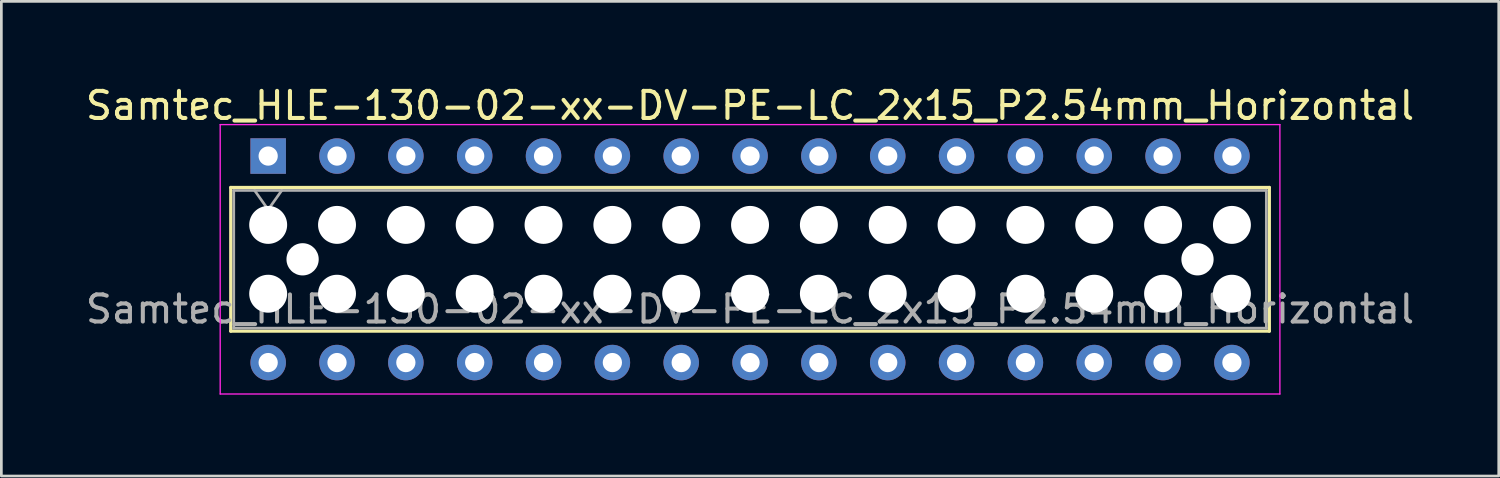
<source format=kicad_pcb>
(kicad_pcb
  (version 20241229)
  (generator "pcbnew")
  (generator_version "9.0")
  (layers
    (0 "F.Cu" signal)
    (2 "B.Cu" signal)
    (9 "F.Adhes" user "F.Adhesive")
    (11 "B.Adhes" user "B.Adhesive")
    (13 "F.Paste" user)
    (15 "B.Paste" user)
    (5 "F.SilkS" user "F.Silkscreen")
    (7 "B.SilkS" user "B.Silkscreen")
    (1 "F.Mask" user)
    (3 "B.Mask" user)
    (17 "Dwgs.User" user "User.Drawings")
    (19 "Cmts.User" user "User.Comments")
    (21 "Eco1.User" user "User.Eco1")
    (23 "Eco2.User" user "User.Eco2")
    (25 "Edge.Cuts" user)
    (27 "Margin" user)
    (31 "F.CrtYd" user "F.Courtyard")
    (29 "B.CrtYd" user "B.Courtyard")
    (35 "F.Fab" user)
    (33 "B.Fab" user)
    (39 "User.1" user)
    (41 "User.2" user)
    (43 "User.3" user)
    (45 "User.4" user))
  (footprint "Samtec_HLE-130-02-xx-DV-PE-LC_2x15_P2.54mm_Horizontal"
    (layer "F.Cu")
    (at 6.845 2.708)
    (property "Reference" "Samtec_HLE-130-02-xx-DV-PE-LC_2x15_P2.54mm_Horizontal" (at 17.78 -1.86 0) (layer "F.SilkS") (effects (font (size 1 1) (thickness 0.15))))
    (attr through_hole)
    (fp_line (start -1.38 1.16) (end 36.94 1.16) (stroke (width 0.12) (type solid)) (layer "F.SilkS"))
    (fp_line (start -1.38 6.46) (end -1.38 1.16) (stroke (width 0.12) (type solid)) (layer "F.SilkS"))
    (fp_line (start 36.94 1.16) (end 36.94 6.46) (stroke (width 0.12) (type solid)) (layer "F.SilkS"))
    (fp_line (start 36.94 6.46) (end -1.38 6.46) (stroke (width 0.12) (type solid)) (layer "F.SilkS"))
    (fp_line (start -1.77 -1.16) (end 37.33 -1.16) (stroke (width 0.05) (type solid)) (layer "F.CrtYd"))
    (fp_line (start -1.77 8.78) (end -1.77 -1.16) (stroke (width 0.05) (type solid)) (layer "F.CrtYd"))
    (fp_line (start 37.33 -1.16) (end 37.33 8.78) (stroke (width 0.05) (type solid)) (layer "F.CrtYd"))
    (fp_line (start 37.33 8.78) (end -1.77 8.78) (stroke (width 0.05) (type solid)) (layer "F.CrtYd"))
    (fp_line (start -1.27 1.27) (end 36.83 1.27) (stroke (width 0.1) (type solid)) (layer "F.Fab"))
    (fp_line (start -1.27 6.35) (end -1.27 1.27) (stroke (width 0.1) (type solid)) (layer "F.Fab"))
    (fp_line (start -0.5 1.27) (end 0 1.977) (stroke (width 0.1) (type solid)) (layer "F.Fab"))
    (fp_line (start 0 1.977) (end 0.5 1.27) (stroke (width 0.1) (type solid)) (layer "F.Fab"))
    (fp_line (start 36.83 1.27) (end 36.83 6.35) (stroke (width 0.1) (type solid)) (layer "F.Fab"))
    (fp_line (start 36.83 6.35) (end -1.27 6.35) (stroke (width 0.1) (type solid)) (layer "F.Fab"))
    (fp_text user "${REFERENCE}" (at 17.78 5.65 0) (layer "F.Fab") (effects (font (size 1 1) (thickness 0.15))))
    (pad "" np_thru_hole circle (at 0 2.54) (size 1.4 1.4) (drill 1.4) (layers "*.Cu" "*.Mask"))
    (pad "" np_thru_hole circle (at 0 5.08) (size 1.4 1.4) (drill 1.4) (layers "*.Cu" "*.Mask"))
    (pad "" np_thru_hole circle (at 1.27 3.81) (size 1.19 1.19) (drill 1.19) (layers "*.Cu" "*.Mask"))
    (pad "" np_thru_hole circle (at 2.54 2.54) (size 1.4 1.4) (drill 1.4) (layers "*.Cu" "*.Mask"))
    (pad "" np_thru_hole circle (at 2.54 5.08) (size 1.4 1.4) (drill 1.4) (layers "*.Cu" "*.Mask"))
    (pad "" np_thru_hole circle (at 5.08 2.54) (size 1.4 1.4) (drill 1.4) (layers "*.Cu" "*.Mask"))
    (pad "" np_thru_hole circle (at 5.08 5.08) (size 1.4 1.4) (drill 1.4) (layers "*.Cu" "*.Mask"))
    (pad "" np_thru_hole circle (at 7.62 2.54) (size 1.4 1.4) (drill 1.4) (layers "*.Cu" "*.Mask"))
    (pad "" np_thru_hole circle (at 7.62 5.08) (size 1.4 1.4) (drill 1.4) (layers "*.Cu" "*.Mask"))
    (pad "" np_thru_hole circle (at 10.16 2.54) (size 1.4 1.4) (drill 1.4) (layers "*.Cu" "*.Mask"))
    (pad "" np_thru_hole circle (at 10.16 5.08) (size 1.4 1.4) (drill 1.4) (layers "*.Cu" "*.Mask"))
    (pad "" np_thru_hole circle (at 12.7 2.54) (size 1.4 1.4) (drill 1.4) (layers "*.Cu" "*.Mask"))
    (pad "" np_thru_hole circle (at 12.7 5.08) (size 1.4 1.4) (drill 1.4) (layers "*.Cu" "*.Mask"))
    (pad "" np_thru_hole circle (at 15.24 2.54) (size 1.4 1.4) (drill 1.4) (layers "*.Cu" "*.Mask"))
    (pad "" np_thru_hole circle (at 15.24 5.08) (size 1.4 1.4) (drill 1.4) (layers "*.Cu" "*.Mask"))
    (pad "" np_thru_hole circle (at 17.78 2.54) (size 1.4 1.4) (drill 1.4) (layers "*.Cu" "*.Mask"))
    (pad "" np_thru_hole circle (at 17.78 5.08) (size 1.4 1.4) (drill 1.4) (layers "*.Cu" "*.Mask"))
    (pad "" np_thru_hole circle (at 20.32 2.54) (size 1.4 1.4) (drill 1.4) (layers "*.Cu" "*.Mask"))
    (pad "" np_thru_hole circle (at 20.32 5.08) (size 1.4 1.4) (drill 1.4) (layers "*.Cu" "*.Mask"))
    (pad "" np_thru_hole circle (at 22.86 2.54) (size 1.4 1.4) (drill 1.4) (layers "*.Cu" "*.Mask"))
    (pad "" np_thru_hole circle (at 22.86 5.08) (size 1.4 1.4) (drill 1.4) (layers "*.Cu" "*.Mask"))
    (pad "" np_thru_hole circle (at 25.4 2.54) (size 1.4 1.4) (drill 1.4) (layers "*.Cu" "*.Mask"))
    (pad "" np_thru_hole circle (at 25.4 5.08) (size 1.4 1.4) (drill 1.4) (layers "*.Cu" "*.Mask"))
    (pad "" np_thru_hole circle (at 27.94 2.54) (size 1.4 1.4) (drill 1.4) (layers "*.Cu" "*.Mask"))
    (pad "" np_thru_hole circle (at 27.94 5.08) (size 1.4 1.4) (drill 1.4) (layers "*.Cu" "*.Mask"))
    (pad "" np_thru_hole circle (at 30.48 2.54) (size 1.4 1.4) (drill 1.4) (layers "*.Cu" "*.Mask"))
    (pad "" np_thru_hole circle (at 30.48 5.08) (size 1.4 1.4) (drill 1.4) (layers "*.Cu" "*.Mask"))
    (pad "" np_thru_hole circle (at 33.02 2.54) (size 1.4 1.4) (drill 1.4) (layers "*.Cu" "*.Mask"))
    (pad "" np_thru_hole circle (at 33.02 5.08) (size 1.4 1.4) (drill 1.4) (layers "*.Cu" "*.Mask"))
    (pad "" np_thru_hole circle (at 34.29 3.81) (size 1.19 1.19) (drill 1.19) (layers "*.Cu" "*.Mask"))
    (pad "" np_thru_hole circle (at 35.56 2.54) (size 1.4 1.4) (drill 1.4) (layers "*.Cu" "*.Mask"))
    (pad "" np_thru_hole circle (at 35.56 5.08) (size 1.4 1.4) (drill 1.4) (layers "*.Cu" "*.Mask"))
    (pad "1" thru_hole rect (at 0 0) (size 1.31 1.31) (drill 0.71) (layers "*.Cu" "*.Mask"))
    (pad "2" thru_hole circle (at 0 7.62) (size 1.31 1.31) (drill 0.71) (layers "*.Cu" "*.Mask"))
    (pad "3" thru_hole circle (at 2.54 0) (size 1.31 1.31) (drill 0.71) (layers "*.Cu" "*.Mask"))
    (pad "4" thru_hole circle (at 2.54 7.62) (size 1.31 1.31) (drill 0.71) (layers "*.Cu" "*.Mask"))
    (pad "5" thru_hole circle (at 5.08 0) (size 1.31 1.31) (drill 0.71) (layers "*.Cu" "*.Mask"))
    (pad "6" thru_hole circle (at 5.08 7.62) (size 1.31 1.31) (drill 0.71) (layers "*.Cu" "*.Mask"))
    (pad "7" thru_hole circle (at 7.62 0) (size 1.31 1.31) (drill 0.71) (layers "*.Cu" "*.Mask"))
    (pad "8" thru_hole circle (at 7.62 7.62) (size 1.31 1.31) (drill 0.71) (layers "*.Cu" "*.Mask"))
    (pad "9" thru_hole circle (at 10.16 0) (size 1.31 1.31) (drill 0.71) (layers "*.Cu" "*.Mask"))
    (pad "10" thru_hole circle (at 10.16 7.62) (size 1.31 1.31) (drill 0.71) (layers "*.Cu" "*.Mask"))
    (pad "11" thru_hole circle (at 12.7 0) (size 1.31 1.31) (drill 0.71) (layers "*.Cu" "*.Mask"))
    (pad "12" thru_hole circle (at 12.7 7.62) (size 1.31 1.31) (drill 0.71) (layers "*.Cu" "*.Mask"))
    (pad "13" thru_hole circle (at 15.24 0) (size 1.31 1.31) (drill 0.71) (layers "*.Cu" "*.Mask"))
    (pad "14" thru_hole circle (at 15.24 7.62) (size 1.31 1.31) (drill 0.71) (layers "*.Cu" "*.Mask"))
    (pad "15" thru_hole circle (at 17.78 0) (size 1.31 1.31) (drill 0.71) (layers "*.Cu" "*.Mask"))
    (pad "16" thru_hole circle (at 17.78 7.62) (size 1.31 1.31) (drill 0.71) (layers "*.Cu" "*.Mask"))
    (pad "17" thru_hole circle (at 20.32 0) (size 1.31 1.31) (drill 0.71) (layers "*.Cu" "*.Mask"))
    (pad "18" thru_hole circle (at 20.32 7.62) (size 1.31 1.31) (drill 0.71) (layers "*.Cu" "*.Mask"))
    (pad "19" thru_hole circle (at 22.86 0) (size 1.31 1.31) (drill 0.71) (layers "*.Cu" "*.Mask"))
    (pad "20" thru_hole circle (at 22.86 7.62) (size 1.31 1.31) (drill 0.71) (layers "*.Cu" "*.Mask"))
    (pad "21" thru_hole circle (at 25.4 0) (size 1.31 1.31) (drill 0.71) (layers "*.Cu" "*.Mask"))
    (pad "22" thru_hole circle (at 25.4 7.62) (size 1.31 1.31) (drill 0.71) (layers "*.Cu" "*.Mask"))
    (pad "23" thru_hole circle (at 27.94 0) (size 1.31 1.31) (drill 0.71) (layers "*.Cu" "*.Mask"))
    (pad "24" thru_hole circle (at 27.94 7.62) (size 1.31 1.31) (drill 0.71) (layers "*.Cu" "*.Mask"))
    (pad "25" thru_hole circle (at 30.48 0) (size 1.31 1.31) (drill 0.71) (layers "*.Cu" "*.Mask"))
    (pad "26" thru_hole circle (at 30.48 7.62) (size 1.31 1.31) (drill 0.71) (layers "*.Cu" "*.Mask"))
    (pad "27" thru_hole circle (at 33.02 0) (size 1.31 1.31) (drill 0.71) (layers "*.Cu" "*.Mask"))
    (pad "28" thru_hole circle (at 33.02 7.62) (size 1.31 1.31) (drill 0.71) (layers "*.Cu" "*.Mask"))
    (pad "29" thru_hole circle (at 35.56 0) (size 1.31 1.31) (drill 0.71) (layers "*.Cu" "*.Mask"))
    (pad "30" thru_hole circle (at 35.56 7.62) (size 1.31 1.31) (drill 0.71) (layers "*.Cu" "*.Mask")))
  (gr_rect
    (start -3 -3)
    (end 52.25 14.513)
    (stroke (width 0.1) (type default))
    (fill no)
    (layer "Edge.Cuts")))
</source>
